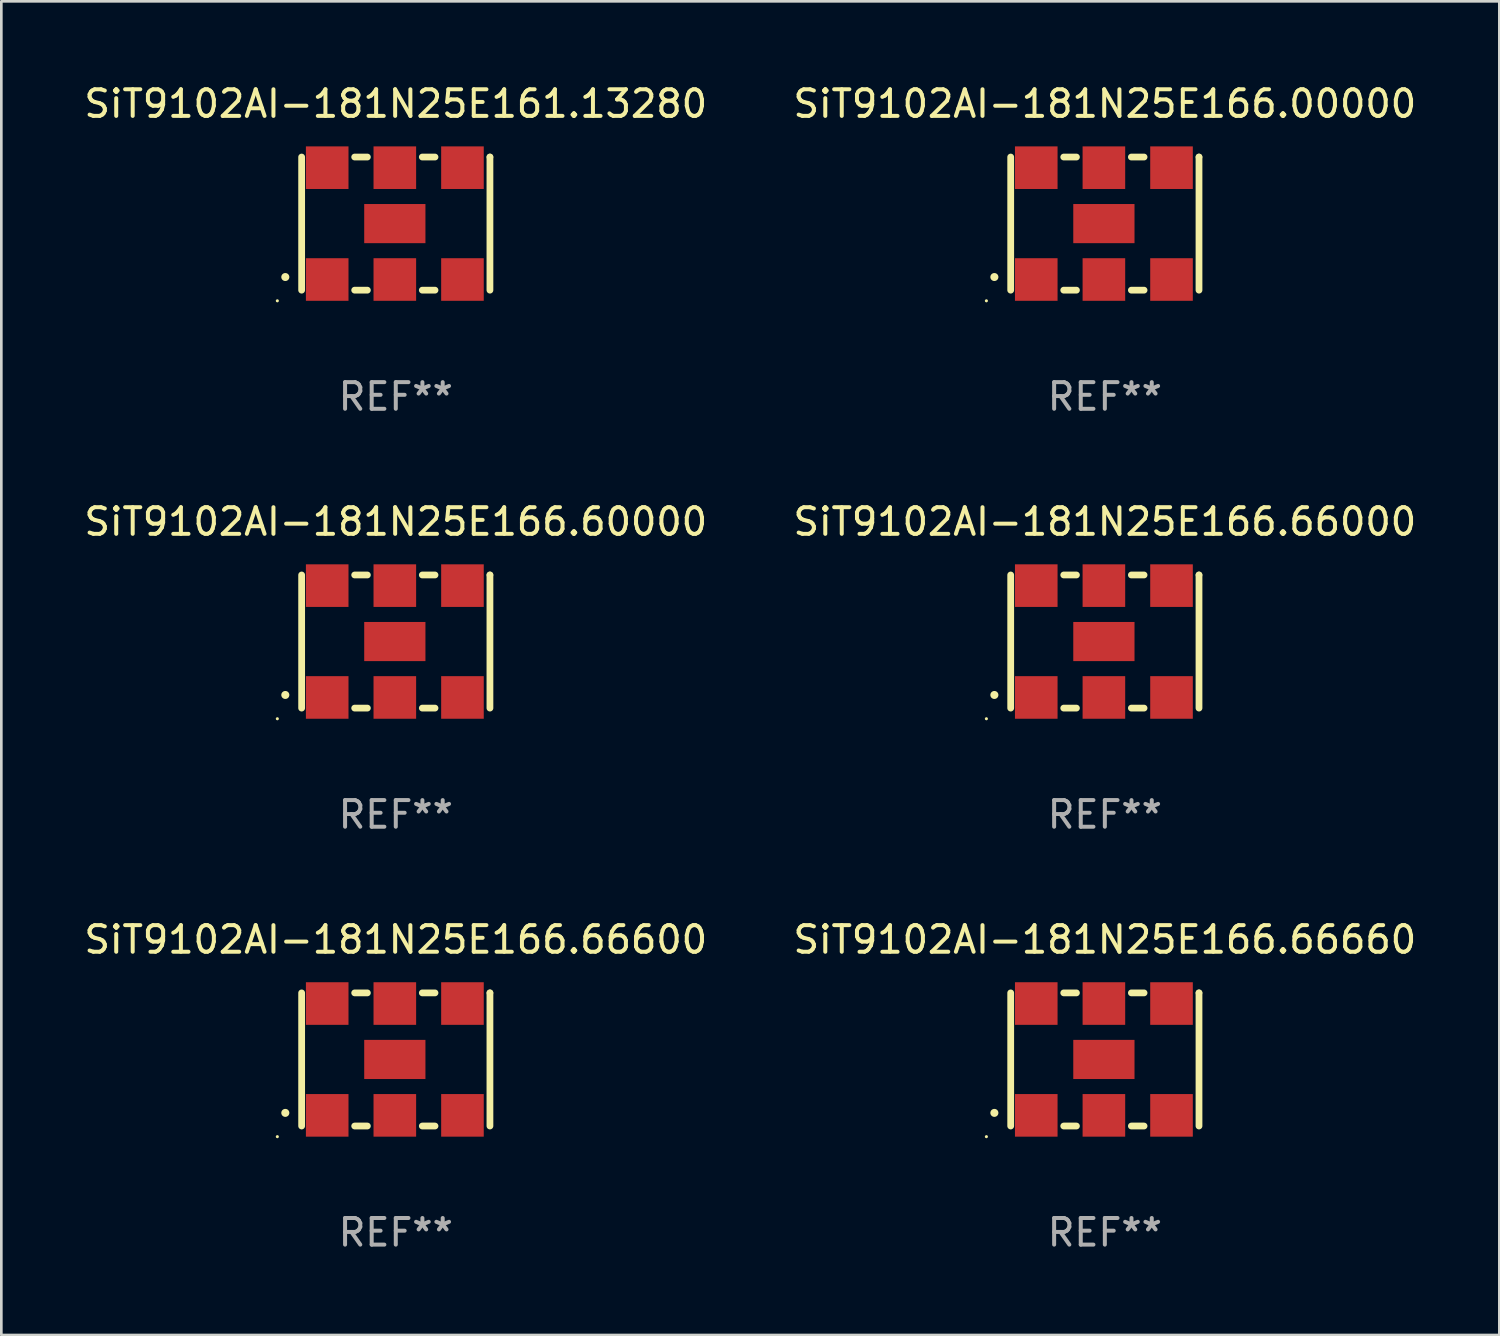
<source format=kicad_pcb>
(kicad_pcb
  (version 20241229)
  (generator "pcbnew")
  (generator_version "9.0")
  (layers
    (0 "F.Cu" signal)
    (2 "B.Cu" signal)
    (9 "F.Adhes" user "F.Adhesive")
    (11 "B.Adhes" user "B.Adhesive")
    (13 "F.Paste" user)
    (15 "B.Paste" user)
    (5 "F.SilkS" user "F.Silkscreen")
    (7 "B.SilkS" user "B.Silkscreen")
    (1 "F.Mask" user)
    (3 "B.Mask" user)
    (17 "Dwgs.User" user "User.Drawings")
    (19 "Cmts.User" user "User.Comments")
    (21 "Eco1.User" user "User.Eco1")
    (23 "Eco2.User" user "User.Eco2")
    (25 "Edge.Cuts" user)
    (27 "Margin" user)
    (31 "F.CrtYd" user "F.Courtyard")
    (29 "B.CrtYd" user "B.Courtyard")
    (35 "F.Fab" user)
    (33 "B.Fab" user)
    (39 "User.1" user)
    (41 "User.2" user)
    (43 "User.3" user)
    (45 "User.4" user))
  (footprint "SiT9102AI-181N25E166.66660"
    (layer "F.Cu")
    (at 38.446 36.741)
    (property "Reference" "SiT9102AI-181N25E166.66660" (at 0 -4.5 0) (layer "F.SilkS") (effects (font (size 1 1) (thickness 0.15))))
    (attr through_hole)
    (fp_line (start -3.536 -2.5) (end -3.536 2.5) (stroke (width 0.254) (type solid)) (layer "F.SilkS"))
    (fp_line (start -1.544 2.5) (end -1.067 2.5) (stroke (width 0.254) (type solid)) (layer "F.SilkS"))
    (fp_line (start -1.067 -2.5) (end -1.544 -2.5) (stroke (width 0.254) (type solid)) (layer "F.SilkS"))
    (fp_line (start 0.996 2.5) (end 1.473 2.5) (stroke (width 0.254) (type solid)) (layer "F.SilkS"))
    (fp_line (start 1.473 -2.5) (end 0.996 -2.5) (stroke (width 0.254) (type solid)) (layer "F.SilkS"))
    (fp_line (start 3.536 -2.5) (end 3.536 -2.5) (stroke (width 0.254) (type solid)) (layer "F.SilkS"))
    (fp_line (start 3.536 2.5) (end 3.536 -2.5) (stroke (width 0.254) (type solid)) (layer "F.SilkS"))
    (fp_arc (start -4.150432 2.006604) (mid -4.149162 2.006599) (end -4.147892 2.006604) (stroke (width 0.3) (type solid)) (layer "F.SilkS"))
    (fp_circle (center -4.449 2.9) (end -4.419 2.9) (stroke (width 0.06) (type solid)) (fill no) (layer "F.SilkS"))
    (fp_text user "REF**" (at 0 6.5 0) (layer "F.Fab") (effects (font (size 1 1) (thickness 0.15))))
    (pad "1" smd rect (at -2.576 2.1) (size 1.6 1.6) (layers "F.Cu" "F.Mask" "F.Paste"))
    (pad "2" smd rect (at -0.036 2.1) (size 1.6 1.6) (layers "F.Cu" "F.Mask" "F.Paste"))
    (pad "3" smd rect (at 2.504 2.1) (size 1.6 1.6) (layers "F.Cu" "F.Mask" "F.Paste"))
    (pad "4" smd rect (at 2.504 -2.1) (size 1.6 1.6) (layers "F.Cu" "F.Mask" "F.Paste"))
    (pad "5" smd rect (at -0.036 -2.1) (size 1.6 1.6) (layers "F.Cu" "F.Mask" "F.Paste"))
    (pad "6" smd rect (at -2.576 -2.1) (size 1.6 1.6) (layers "F.Cu" "F.Mask" "F.Paste"))
    (pad "7" smd rect (at -0.036 0) (size 2.3 1.47) (layers "F.Cu" "F.Mask" "F.Paste")))
  (footprint "SiT9102AI-181N25E166.66000"
    (layer "F.Cu")
    (at 38.446 21.045)
    (property "Reference" "SiT9102AI-181N25E166.66000" (at 0 -4.5 0) (layer "F.SilkS") (effects (font (size 1 1) (thickness 0.15))))
    (attr through_hole)
    (fp_line (start -3.536 -2.5) (end -3.536 2.5) (stroke (width 0.254) (type solid)) (layer "F.SilkS"))
    (fp_line (start -1.544 2.5) (end -1.067 2.5) (stroke (width 0.254) (type solid)) (layer "F.SilkS"))
    (fp_line (start -1.067 -2.5) (end -1.544 -2.5) (stroke (width 0.254) (type solid)) (layer "F.SilkS"))
    (fp_line (start 0.996 2.5) (end 1.473 2.5) (stroke (width 0.254) (type solid)) (layer "F.SilkS"))
    (fp_line (start 1.473 -2.5) (end 0.996 -2.5) (stroke (width 0.254) (type solid)) (layer "F.SilkS"))
    (fp_line (start 3.536 -2.5) (end 3.536 -2.5) (stroke (width 0.254) (type solid)) (layer "F.SilkS"))
    (fp_line (start 3.536 2.5) (end 3.536 -2.5) (stroke (width 0.254) (type solid)) (layer "F.SilkS"))
    (fp_arc (start -4.150432 2.006604) (mid -4.149162 2.006599) (end -4.147892 2.006604) (stroke (width 0.3) (type solid)) (layer "F.SilkS"))
    (fp_circle (center -4.449 2.9) (end -4.419 2.9) (stroke (width 0.06) (type solid)) (fill no) (layer "F.SilkS"))
    (fp_text user "REF**" (at 0 6.5 0) (layer "F.Fab") (effects (font (size 1 1) (thickness 0.15))))
    (pad "1" smd rect (at -2.576 2.1) (size 1.6 1.6) (layers "F.Cu" "F.Mask" "F.Paste"))
    (pad "2" smd rect (at -0.036 2.1) (size 1.6 1.6) (layers "F.Cu" "F.Mask" "F.Paste"))
    (pad "3" smd rect (at 2.504 2.1) (size 1.6 1.6) (layers "F.Cu" "F.Mask" "F.Paste"))
    (pad "4" smd rect (at 2.504 -2.1) (size 1.6 1.6) (layers "F.Cu" "F.Mask" "F.Paste"))
    (pad "5" smd rect (at -0.036 -2.1) (size 1.6 1.6) (layers "F.Cu" "F.Mask" "F.Paste"))
    (pad "6" smd rect (at -2.576 -2.1) (size 1.6 1.6) (layers "F.Cu" "F.Mask" "F.Paste"))
    (pad "7" smd rect (at -0.036 0) (size 2.3 1.47) (layers "F.Cu" "F.Mask" "F.Paste")))
  (footprint "SiT9102AI-181N25E166.00000"
    (layer "F.Cu")
    (at 38.446 5.348)
    (property "Reference" "SiT9102AI-181N25E166.00000" (at 0 -4.5 0) (layer "F.SilkS") (effects (font (size 1 1) (thickness 0.15))))
    (attr through_hole)
    (fp_line (start -3.536 -2.5) (end -3.536 2.5) (stroke (width 0.254) (type solid)) (layer "F.SilkS"))
    (fp_line (start -1.544 2.5) (end -1.067 2.5) (stroke (width 0.254) (type solid)) (layer "F.SilkS"))
    (fp_line (start -1.067 -2.5) (end -1.544 -2.5) (stroke (width 0.254) (type solid)) (layer "F.SilkS"))
    (fp_line (start 0.996 2.5) (end 1.473 2.5) (stroke (width 0.254) (type solid)) (layer "F.SilkS"))
    (fp_line (start 1.473 -2.5) (end 0.996 -2.5) (stroke (width 0.254) (type solid)) (layer "F.SilkS"))
    (fp_line (start 3.536 -2.5) (end 3.536 -2.5) (stroke (width 0.254) (type solid)) (layer "F.SilkS"))
    (fp_line (start 3.536 2.5) (end 3.536 -2.5) (stroke (width 0.254) (type solid)) (layer "F.SilkS"))
    (fp_arc (start -4.150432 2.006604) (mid -4.149162 2.006599) (end -4.147892 2.006604) (stroke (width 0.3) (type solid)) (layer "F.SilkS"))
    (fp_circle (center -4.449 2.9) (end -4.419 2.9) (stroke (width 0.06) (type solid)) (fill no) (layer "F.SilkS"))
    (fp_text user "REF**" (at 0 6.5 0) (layer "F.Fab") (effects (font (size 1 1) (thickness 0.15))))
    (pad "1" smd rect (at -2.576 2.1) (size 1.6 1.6) (layers "F.Cu" "F.Mask" "F.Paste"))
    (pad "2" smd rect (at -0.036 2.1) (size 1.6 1.6) (layers "F.Cu" "F.Mask" "F.Paste"))
    (pad "3" smd rect (at 2.504 2.1) (size 1.6 1.6) (layers "F.Cu" "F.Mask" "F.Paste"))
    (pad "4" smd rect (at 2.504 -2.1) (size 1.6 1.6) (layers "F.Cu" "F.Mask" "F.Paste"))
    (pad "5" smd rect (at -0.036 -2.1) (size 1.6 1.6) (layers "F.Cu" "F.Mask" "F.Paste"))
    (pad "6" smd rect (at -2.576 -2.1) (size 1.6 1.6) (layers "F.Cu" "F.Mask" "F.Paste"))
    (pad "7" smd rect (at -0.036 0) (size 2.3 1.47) (layers "F.Cu" "F.Mask" "F.Paste")))
  (footprint "SiT9102AI-181N25E166.60000"
    (layer "F.Cu")
    (at 11.815 21.045)
    (property "Reference" "SiT9102AI-181N25E166.60000" (at 0 -4.5 0) (layer "F.SilkS") (effects (font (size 1 1) (thickness 0.15))))
    (attr through_hole)
    (fp_line (start -3.536 -2.5) (end -3.536 2.5) (stroke (width 0.254) (type solid)) (layer "F.SilkS"))
    (fp_line (start -1.544 2.5) (end -1.067 2.5) (stroke (width 0.254) (type solid)) (layer "F.SilkS"))
    (fp_line (start -1.067 -2.5) (end -1.544 -2.5) (stroke (width 0.254) (type solid)) (layer "F.SilkS"))
    (fp_line (start 0.996 2.5) (end 1.473 2.5) (stroke (width 0.254) (type solid)) (layer "F.SilkS"))
    (fp_line (start 1.473 -2.5) (end 0.996 -2.5) (stroke (width 0.254) (type solid)) (layer "F.SilkS"))
    (fp_line (start 3.536 -2.5) (end 3.536 -2.5) (stroke (width 0.254) (type solid)) (layer "F.SilkS"))
    (fp_line (start 3.536 2.5) (end 3.536 -2.5) (stroke (width 0.254) (type solid)) (layer "F.SilkS"))
    (fp_arc (start -4.150432 2.006604) (mid -4.149162 2.006599) (end -4.147892 2.006604) (stroke (width 0.3) (type solid)) (layer "F.SilkS"))
    (fp_circle (center -4.449 2.9) (end -4.419 2.9) (stroke (width 0.06) (type solid)) (fill no) (layer "F.SilkS"))
    (fp_text user "REF**" (at 0 6.5 0) (layer "F.Fab") (effects (font (size 1 1) (thickness 0.15))))
    (pad "1" smd rect (at -2.576 2.1) (size 1.6 1.6) (layers "F.Cu" "F.Mask" "F.Paste"))
    (pad "2" smd rect (at -0.036 2.1) (size 1.6 1.6) (layers "F.Cu" "F.Mask" "F.Paste"))
    (pad "3" smd rect (at 2.504 2.1) (size 1.6 1.6) (layers "F.Cu" "F.Mask" "F.Paste"))
    (pad "4" smd rect (at 2.504 -2.1) (size 1.6 1.6) (layers "F.Cu" "F.Mask" "F.Paste"))
    (pad "5" smd rect (at -0.036 -2.1) (size 1.6 1.6) (layers "F.Cu" "F.Mask" "F.Paste"))
    (pad "6" smd rect (at -2.576 -2.1) (size 1.6 1.6) (layers "F.Cu" "F.Mask" "F.Paste"))
    (pad "7" smd rect (at -0.036 0) (size 2.3 1.47) (layers "F.Cu" "F.Mask" "F.Paste")))
  (footprint "SiT9102AI-181N25E166.66600"
    (layer "F.Cu")
    (at 11.815 36.741)
    (property "Reference" "SiT9102AI-181N25E166.66600" (at 0 -4.5 0) (layer "F.SilkS") (effects (font (size 1 1) (thickness 0.15))))
    (attr through_hole)
    (fp_line (start -3.536 -2.5) (end -3.536 2.5) (stroke (width 0.254) (type solid)) (layer "F.SilkS"))
    (fp_line (start -1.544 2.5) (end -1.067 2.5) (stroke (width 0.254) (type solid)) (layer "F.SilkS"))
    (fp_line (start -1.067 -2.5) (end -1.544 -2.5) (stroke (width 0.254) (type solid)) (layer "F.SilkS"))
    (fp_line (start 0.996 2.5) (end 1.473 2.5) (stroke (width 0.254) (type solid)) (layer "F.SilkS"))
    (fp_line (start 1.473 -2.5) (end 0.996 -2.5) (stroke (width 0.254) (type solid)) (layer "F.SilkS"))
    (fp_line (start 3.536 -2.5) (end 3.536 -2.5) (stroke (width 0.254) (type solid)) (layer "F.SilkS"))
    (fp_line (start 3.536 2.5) (end 3.536 -2.5) (stroke (width 0.254) (type solid)) (layer "F.SilkS"))
    (fp_arc (start -4.150432 2.006604) (mid -4.149162 2.006599) (end -4.147892 2.006604) (stroke (width 0.3) (type solid)) (layer "F.SilkS"))
    (fp_circle (center -4.449 2.9) (end -4.419 2.9) (stroke (width 0.06) (type solid)) (fill no) (layer "F.SilkS"))
    (fp_text user "REF**" (at 0 6.5 0) (layer "F.Fab") (effects (font (size 1 1) (thickness 0.15))))
    (pad "1" smd rect (at -2.576 2.1) (size 1.6 1.6) (layers "F.Cu" "F.Mask" "F.Paste"))
    (pad "2" smd rect (at -0.036 2.1) (size 1.6 1.6) (layers "F.Cu" "F.Mask" "F.Paste"))
    (pad "3" smd rect (at 2.504 2.1) (size 1.6 1.6) (layers "F.Cu" "F.Mask" "F.Paste"))
    (pad "4" smd rect (at 2.504 -2.1) (size 1.6 1.6) (layers "F.Cu" "F.Mask" "F.Paste"))
    (pad "5" smd rect (at -0.036 -2.1) (size 1.6 1.6) (layers "F.Cu" "F.Mask" "F.Paste"))
    (pad "6" smd rect (at -2.576 -2.1) (size 1.6 1.6) (layers "F.Cu" "F.Mask" "F.Paste"))
    (pad "7" smd rect (at -0.036 0) (size 2.3 1.47) (layers "F.Cu" "F.Mask" "F.Paste")))
  (footprint "SiT9102AI-181N25E161.13280"
    (layer "F.Cu")
    (at 11.815 5.348)
    (property "Reference" "SiT9102AI-181N25E161.13280" (at 0 -4.5 0) (layer "F.SilkS") (effects (font (size 1 1) (thickness 0.15))))
    (attr through_hole)
    (fp_line (start -3.536 -2.5) (end -3.536 2.5) (stroke (width 0.254) (type solid)) (layer "F.SilkS"))
    (fp_line (start -1.544 2.5) (end -1.067 2.5) (stroke (width 0.254) (type solid)) (layer "F.SilkS"))
    (fp_line (start -1.067 -2.5) (end -1.544 -2.5) (stroke (width 0.254) (type solid)) (layer "F.SilkS"))
    (fp_line (start 0.996 2.5) (end 1.473 2.5) (stroke (width 0.254) (type solid)) (layer "F.SilkS"))
    (fp_line (start 1.473 -2.5) (end 0.996 -2.5) (stroke (width 0.254) (type solid)) (layer "F.SilkS"))
    (fp_line (start 3.536 -2.5) (end 3.536 -2.5) (stroke (width 0.254) (type solid)) (layer "F.SilkS"))
    (fp_line (start 3.536 2.5) (end 3.536 -2.5) (stroke (width 0.254) (type solid)) (layer "F.SilkS"))
    (fp_arc (start -4.150432 2.006604) (mid -4.149162 2.006599) (end -4.147892 2.006604) (stroke (width 0.3) (type solid)) (layer "F.SilkS"))
    (fp_circle (center -4.449 2.9) (end -4.419 2.9) (stroke (width 0.06) (type solid)) (fill no) (layer "F.SilkS"))
    (fp_text user "REF**" (at 0 6.5 0) (layer "F.Fab") (effects (font (size 1 1) (thickness 0.15))))
    (pad "1" smd rect (at -2.576 2.1) (size 1.6 1.6) (layers "F.Cu" "F.Mask" "F.Paste"))
    (pad "2" smd rect (at -0.036 2.1) (size 1.6 1.6) (layers "F.Cu" "F.Mask" "F.Paste"))
    (pad "3" smd rect (at 2.504 2.1) (size 1.6 1.6) (layers "F.Cu" "F.Mask" "F.Paste"))
    (pad "4" smd rect (at 2.504 -2.1) (size 1.6 1.6) (layers "F.Cu" "F.Mask" "F.Paste"))
    (pad "5" smd rect (at -0.036 -2.1) (size 1.6 1.6) (layers "F.Cu" "F.Mask" "F.Paste"))
    (pad "6" smd rect (at -2.576 -2.1) (size 1.6 1.6) (layers "F.Cu" "F.Mask" "F.Paste"))
    (pad "7" smd rect (at -0.036 0) (size 2.3 1.47) (layers "F.Cu" "F.Mask" "F.Paste")))
  (gr_rect
    (start -3 -3)
    (end 53.262 47.09)
    (stroke (width 0.1) (type default))
    (fill no)
    (layer "Edge.Cuts")))
</source>
